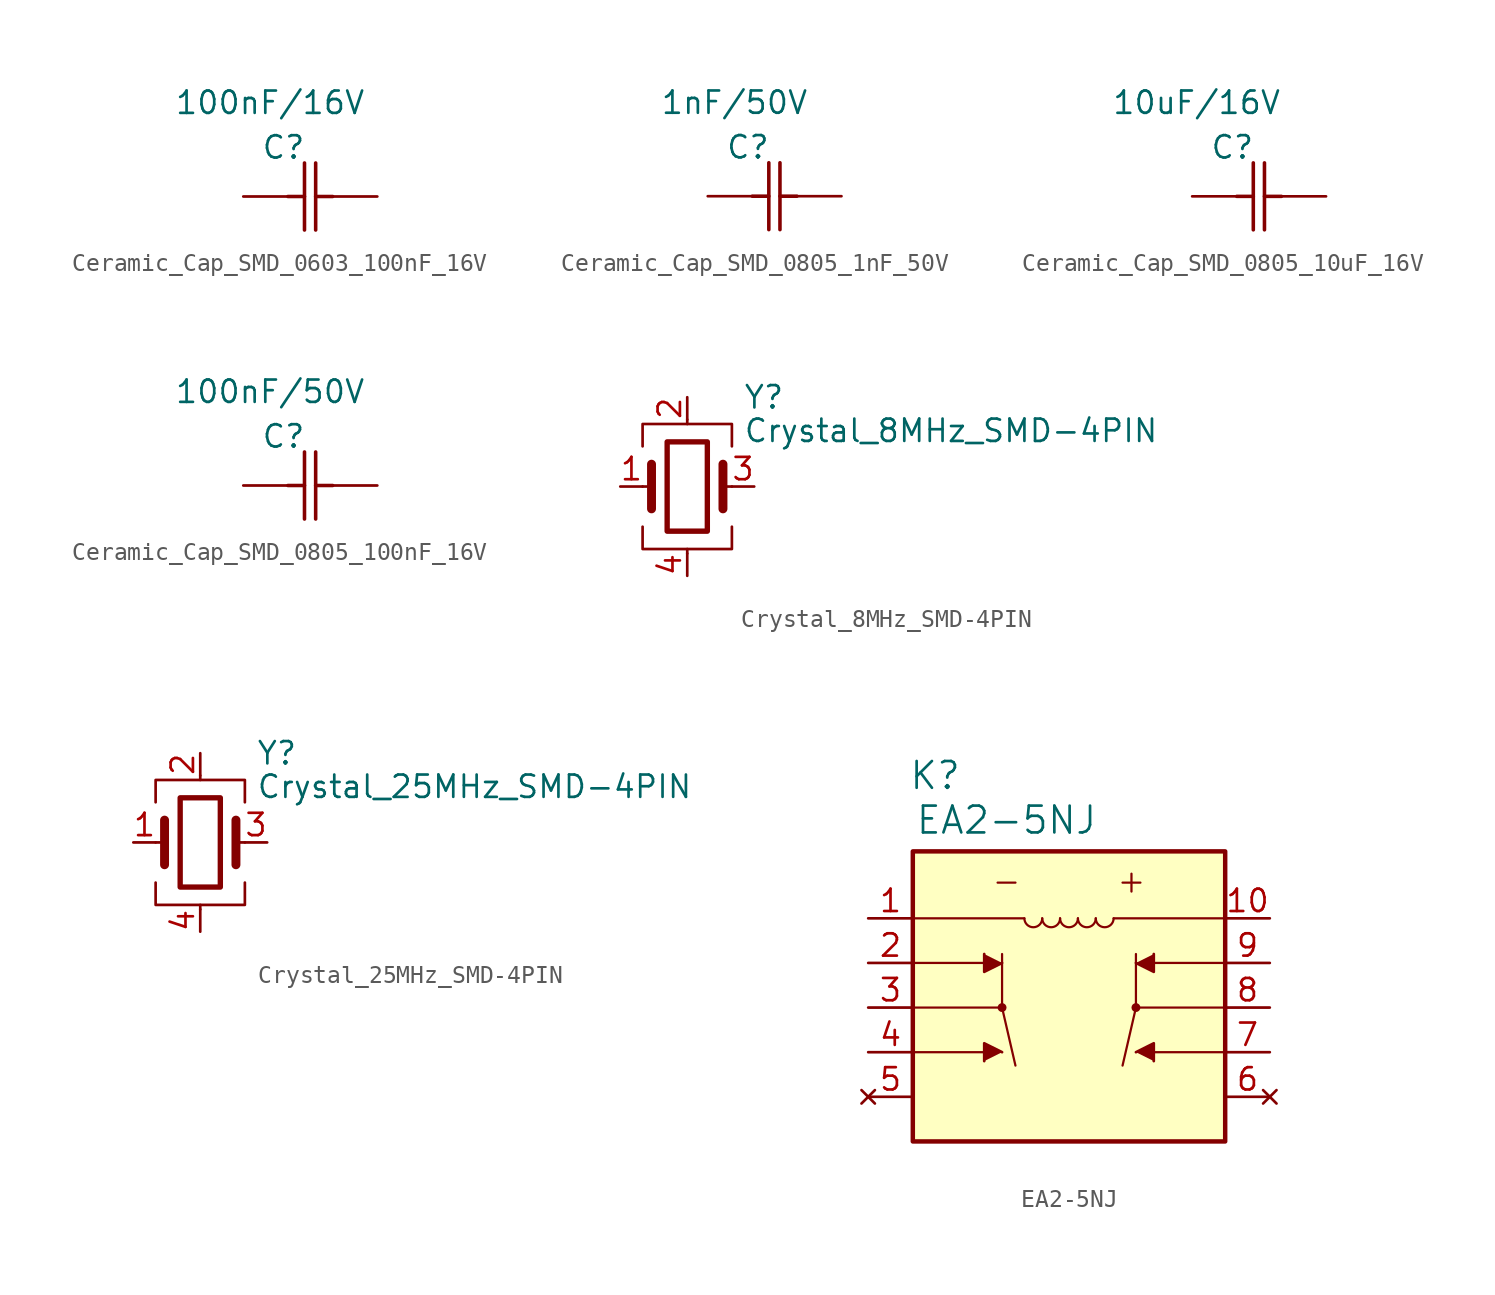
<source format=kicad_sym>
(kicad_symbol_lib
  (version 20231120)
  (generator "kicad_symbol_editor")
  (generator_version "8.0")
  (symbol "Ceramic_Cap_SMD_0603_100nF_16V"
    (pin_numbers hide)
    (pin_names hide)
    (property "Reference" "C"
      (at 1.016 2.794 0)
      (effects (font (size 1.27 1.27))))
    (property "Value" "100nF/16V"
      (at 0.254 5.334 0)
      (effects (font (size 1.27 1.27))))
    (symbol "Ceramic_Cap_SMD_0603_100nF_16V_1_1"
      (polyline (pts (xy 1.27 0) (xy 2.21 0)) (stroke (width 0.203) (type default)) (fill (type none)))
      (polyline (pts (xy 2.21 -1.905) (xy 2.21 1.905)) (stroke (width 0.203) (type default)) (fill (type none)))
      (polyline (pts (xy 2.845 -1.905) (xy 2.845 1.905)) (stroke (width 0.203) (type default)) (fill (type none)))
      (polyline (pts (xy 2.845 0) (xy 3.81 0)) (stroke (width 0.203) (type default)) (fill (type none)))
      (pin unspecified line (at -1.27 0 0) (length 2.54) (name "" (effects (font (size 1.27 1.27)))) (number "1" (effects (font (size 1.27 1.27)))))
      (pin unspecified line (at 6.35 0 180) (length 2.54) (name "" (effects (font (size 1.27 1.27)))) (number "2" (effects (font (size 1.27 1.27)))))))
  (symbol "Ceramic_Cap_SMD_0805_1nF_50V"
    (pin_numbers hide)
    (pin_names hide)
    (property "Reference" "C"
      (at 1.016 2.794 0)
      (effects (font (size 1.27 1.27))))
    (property "Value" "1nF/50V"
      (at 0.254 5.334 0)
      (effects (font (size 1.27 1.27))))
    (symbol "Ceramic_Cap_SMD_0805_1nF_50V_1_1"
      (polyline (pts (xy 1.27 0) (xy 2.21 0)) (stroke (width 0.203) (type default)) (fill (type none)))
      (polyline (pts (xy 2.21 -1.905) (xy 2.21 1.905)) (stroke (width 0.203) (type default)) (fill (type none)))
      (polyline (pts (xy 2.845 -1.905) (xy 2.845 1.905)) (stroke (width 0.203) (type default)) (fill (type none)))
      (polyline (pts (xy 2.845 0) (xy 3.81 0)) (stroke (width 0.203) (type default)) (fill (type none)))
      (pin unspecified line (at -1.27 0 0) (length 2.54) (name "" (effects (font (size 1.27 1.27)))) (number "1" (effects (font (size 1.27 1.27)))))
      (pin unspecified line (at 6.35 0 180) (length 2.54) (name "" (effects (font (size 1.27 1.27)))) (number "2" (effects (font (size 1.27 1.27)))))))
  (symbol "Ceramic_Cap_SMD_0805_10uF_16V"
    (pin_numbers hide)
    (pin_names hide)
    (property "Reference" "C"
      (at 2.286 2.794 0)
      (effects (font (size 1.27 1.27))))
    (property "Value" "10uF/16V"
      (at 0.254 5.334 0)
      (effects (font (size 1.27 1.27))))
    (symbol "Ceramic_Cap_SMD_0805_10uF_16V_1_1"
      (polyline (pts (xy 2.54 0) (xy 3.48 0)) (stroke (width 0.203) (type default)) (fill (type none)))
      (polyline (pts (xy 3.48 -1.905) (xy 3.48 1.905)) (stroke (width 0.203) (type default)) (fill (type none)))
      (polyline (pts (xy 4.115 -1.905) (xy 4.115 1.905)) (stroke (width 0.203) (type default)) (fill (type none)))
      (polyline (pts (xy 4.115 0) (xy 5.08 0)) (stroke (width 0.203) (type default)) (fill (type none)))
      (pin unspecified line (at 0 0 0) (length 2.54) (name "" (effects (font (size 1.27 1.27)))) (number "1" (effects (font (size 1.27 1.27)))))
      (pin unspecified line (at 7.62 0 180) (length 2.54) (name "" (effects (font (size 1.27 1.27)))) (number "2" (effects (font (size 1.27 1.27)))))))
  (symbol "Ceramic_Cap_SMD_0805_100nF_16V"
    (pin_numbers hide)
    (pin_names hide)
    (property "Reference" "C"
      (at 1.016 2.794 0)
      (effects (font (size 1.27 1.27))))
    (property "Value" "100nF/50V"
      (at 0.254 5.334 0)
      (effects (font (size 1.27 1.27))))
    (symbol "Ceramic_Cap_SMD_0805_100nF_16V_1_1"
      (polyline (pts (xy 1.27 0) (xy 2.21 0)) (stroke (width 0.203) (type default)) (fill (type none)))
      (polyline (pts (xy 2.21 -1.905) (xy 2.21 1.905)) (stroke (width 0.203) (type default)) (fill (type none)))
      (polyline (pts (xy 2.845 -1.905) (xy 2.845 1.905)) (stroke (width 0.203) (type default)) (fill (type none)))
      (polyline (pts (xy 2.845 0) (xy 3.81 0)) (stroke (width 0.203) (type default)) (fill (type none)))
      (pin unspecified line (at -1.27 0 0) (length 2.54) (name "" (effects (font (size 1.27 1.27)))) (number "1" (effects (font (size 1.27 1.27)))))
      (pin unspecified line (at 6.35 0 180) (length 2.54) (name "" (effects (font (size 1.27 1.27)))) (number "2" (effects (font (size 1.27 1.27)))))))
  (symbol "Crystal_8MHz_SMD-4PIN"
    (pin_names
      (offset 1.016) hide)
    (property "Reference" "Y"
      (at 3.175 5.08 0)
      (effects (font (size 1.27 1.27)) (justify left)))
    (property "Value" "Crystal_8MHz_SMD-4PIN"
      (at 3.175 3.175 0)
      (effects (font (size 1.27 1.27)) (justify left)))
    (symbol "Crystal_8MHz_SMD-4PIN_0_1"
      (rectangle (start -1.143 2.54) (end 1.143 -2.54) (stroke (width 0.305) (type default)) (fill (type none)))
      (polyline (pts (xy -2.54 0) (xy -2.032 0)) (stroke (width 0) (type default)) (fill (type none)))
      (polyline (pts (xy -2.032 -1.27) (xy -2.032 1.27)) (stroke (width 0.508) (type default)) (fill (type none)))
      (polyline (pts (xy 0 -3.81) (xy 0 -3.556)) (stroke (width 0) (type default)) (fill (type none)))
      (polyline (pts (xy 0 3.556) (xy 0 3.81)) (stroke (width 0) (type default)) (fill (type none)))
      (polyline (pts (xy 2.032 -1.27) (xy 2.032 1.27)) (stroke (width 0.508) (type default)) (fill (type none)))
      (polyline (pts (xy 2.032 0) (xy 2.54 0)) (stroke (width 0) (type default)) (fill (type none)))
      (polyline (pts (xy -2.54 -2.286) (xy -2.54 -3.556) (xy 2.54 -3.556) (xy 2.54 -2.286)) (stroke (width 0) (type default)) (fill (type none)))
      (polyline (pts (xy -2.54 2.286) (xy -2.54 3.556) (xy 2.54 3.556) (xy 2.54 2.286)) (stroke (width 0) (type default)) (fill (type none))))
    (symbol "Crystal_8MHz_SMD-4PIN_1_1"
      (pin passive line (at -3.81 0 0) (length 1.27) (name "1" (effects (font (size 1.27 1.27)))) (number "1" (effects (font (size 1.27 1.27)))))
      (pin passive line (at 0 5.08 270) (length 1.27) (name "2" (effects (font (size 1.27 1.27)))) (number "2" (effects (font (size 1.27 1.27)))))
      (pin passive line (at 3.81 0 180) (length 1.27) (name "3" (effects (font (size 1.27 1.27)))) (number "3" (effects (font (size 1.27 1.27)))))
      (pin passive line (at 0 -5.08 90) (length 1.27) (name "4" (effects (font (size 1.27 1.27)))) (number "4" (effects (font (size 1.27 1.27)))))))
  (symbol "Crystal_25MHz_SMD-4PIN"
    (pin_names
      (offset 1.016) hide)
    (property "Reference" "Y"
      (at 3.175 5.08 0)
      (effects (font (size 1.27 1.27)) (justify left)))
    (property "Value" "Crystal_25MHz_SMD-4PIN"
      (at 3.175 3.175 0)
      (effects (font (size 1.27 1.27)) (justify left)))
    (symbol "Crystal_25MHz_SMD-4PIN_0_1"
      (rectangle (start -1.143 2.54) (end 1.143 -2.54) (stroke (width 0.305) (type default)) (fill (type none)))
      (polyline (pts (xy -2.54 0) (xy -2.032 0)) (stroke (width 0) (type default)) (fill (type none)))
      (polyline (pts (xy -2.032 -1.27) (xy -2.032 1.27)) (stroke (width 0.508) (type default)) (fill (type none)))
      (polyline (pts (xy 0 -3.81) (xy 0 -3.556)) (stroke (width 0) (type default)) (fill (type none)))
      (polyline (pts (xy 0 3.556) (xy 0 3.81)) (stroke (width 0) (type default)) (fill (type none)))
      (polyline (pts (xy 2.032 -1.27) (xy 2.032 1.27)) (stroke (width 0.508) (type default)) (fill (type none)))
      (polyline (pts (xy 2.032 0) (xy 2.54 0)) (stroke (width 0) (type default)) (fill (type none)))
      (polyline (pts (xy -2.54 -2.286) (xy -2.54 -3.556) (xy 2.54 -3.556) (xy 2.54 -2.286)) (stroke (width 0) (type default)) (fill (type none)))
      (polyline (pts (xy -2.54 2.286) (xy -2.54 3.556) (xy 2.54 3.556) (xy 2.54 2.286)) (stroke (width 0) (type default)) (fill (type none))))
    (symbol "Crystal_25MHz_SMD-4PIN_1_1"
      (pin passive line (at -3.81 0 0) (length 1.27) (name "1" (effects (font (size 1.27 1.27)))) (number "1" (effects (font (size 1.27 1.27)))))
      (pin passive line (at 0 5.08 270) (length 1.27) (name "2" (effects (font (size 1.27 1.27)))) (number "2" (effects (font (size 1.27 1.27)))))
      (pin passive line (at 3.81 0 180) (length 1.27) (name "3" (effects (font (size 1.27 1.27)))) (number "3" (effects (font (size 1.27 1.27)))))
      (pin passive line (at 0 -5.08 90) (length 1.27) (name "4" (effects (font (size 1.27 1.27)))) (number "4" (effects (font (size 1.27 1.27)))))))
  (symbol "EA2-5NJ"
    (pin_names
      (offset 0.254) hide)
    (property "Reference" "K"
      (at 1.27 20.828 0)
      (effects (font (size 1.524 1.524))))
    (property "Value" "EA2-5NJ"
      (at 5.334 18.288 0)
      (effects (font (size 1.524 1.524))))
    (symbol "EA2-5NJ_0_1"
      (polyline (pts (xy 0 5.08) (xy 4.572 5.08)) (stroke (width 0.127) (type default)) (fill (type none)))
      (polyline (pts (xy 0 7.62) (xy 5.08 7.62)) (stroke (width 0.127) (type default)) (fill (type none)))
      (polyline (pts (xy 0 10.16) (xy 4.572 10.16)) (stroke (width 0.127) (type default)) (fill (type none)))
      (polyline (pts (xy 0 12.7) (xy 6.35 12.7)) (stroke (width 0.127) (type default)) (fill (type none)))
      (polyline (pts (xy 5.08 7.62) (xy 5.08 10.668)) (stroke (width 0.127) (type default)) (fill (type none)))
      (polyline (pts (xy 5.08 7.62) (xy 5.842 4.318)) (stroke (width 0.127) (type default)) (fill (type none)))
      (polyline (pts (xy 5.842 14.732) (xy 4.826 14.732)) (stroke (width 0.127) (type default)) (fill (type none)))
      (polyline (pts (xy 11.43 12.7) (xy 17.78 12.7)) (stroke (width 0.127) (type default)) (fill (type none)))
      (polyline (pts (xy 11.938 14.732) (xy 12.954 14.732)) (stroke (width 0.127) (type default)) (fill (type none)))
      (polyline (pts (xy 12.446 15.24) (xy 12.446 14.224)) (stroke (width 0.127) (type default)) (fill (type none)))
      (polyline (pts (xy 12.7 7.62) (xy 11.938 4.318)) (stroke (width 0.127) (type default)) (fill (type none)))
      (polyline (pts (xy 12.7 7.62) (xy 12.7 10.668)) (stroke (width 0.127) (type default)) (fill (type none)))
      (polyline (pts (xy 17.78 5.08) (xy 13.208 5.08)) (stroke (width 0.127) (type default)) (fill (type none)))
      (polyline (pts (xy 17.78 7.62) (xy 12.7 7.62)) (stroke (width 0.127) (type default)) (fill (type none)))
      (polyline (pts (xy 17.78 10.16) (xy 13.208 10.16)) (stroke (width 0.127) (type default)) (fill (type none)))
      (polyline (pts (xy 5.08 5.08) (xy 4.064 5.588) (xy 4.064 4.572)) (stroke (width 0) (type default)) (fill (type outline)))
      (polyline (pts (xy 5.08 10.16) (xy 4.064 9.652) (xy 4.064 10.668)) (stroke (width 0) (type default)) (fill (type outline)))
      (polyline (pts (xy 12.7 5.08) (xy 13.716 5.588) (xy 13.716 4.572)) (stroke (width 0) (type default)) (fill (type outline)))
      (polyline (pts (xy 12.7 10.16) (xy 13.716 9.652) (xy 13.716 10.668)) (stroke (width 0) (type default)) (fill (type outline)))
      (circle (center 5.08 7.62) (radius 0.127) (stroke (width 0.254) (type default)) (fill (type none)))
      (arc (start 6.35 12.7) (mid 6.858 12.1942) (end 7.366 12.7) (stroke (width 0.127) (type default)) (fill (type none)))
      (arc (start 7.366 12.7) (mid 7.874 12.1942) (end 8.382 12.7) (stroke (width 0.127) (type default)) (fill (type none)))
      (arc (start 8.382 12.7) (mid 8.89 12.1942) (end 9.398 12.7) (stroke (width 0.127) (type default)) (fill (type none)))
      (arc (start 9.398 12.7) (mid 9.906 12.1942) (end 10.414 12.7) (stroke (width 0.127) (type default)) (fill (type none)))
      (arc (start 10.414 12.7) (mid 10.922 12.1942) (end 11.43 12.7) (stroke (width 0.127) (type default)) (fill (type none)))
      (circle (center 12.7 7.62) (radius 0.127) (stroke (width 0.254) (type default)) (fill (type none)))
      (pin unspecified line (at -2.54 12.7 0) (length 2.54) (name "1" (effects (font (size 1.27 1.27)))) (number "1" (effects (font (size 1.27 1.27))))))
    (symbol "EA2-5NJ_1_1"
      (rectangle (start 0 16.51) (end 17.78 0) (stroke (width 0.254) (type default)) (fill (type background)))
      (pin unspecified line (at 20.32 12.7 180) (length 2.54) (name "10" (effects (font (size 1.27 1.27)))) (number "10" (effects (font (size 1.27 1.27)))))
      (pin unspecified line (at -2.54 10.16 0) (length 2.54) (name "2" (effects (font (size 1.27 1.27)))) (number "2" (effects (font (size 1.27 1.27)))))
      (pin unspecified line (at -2.54 7.62 0) (length 2.54) (name "3" (effects (font (size 1.27 1.27)))) (number "3" (effects (font (size 1.27 1.27)))))
      (pin unspecified line (at -2.54 5.08 0) (length 2.54) (name "4" (effects (font (size 1.27 1.27)))) (number "4" (effects (font (size 1.27 1.27)))))
      (pin no_connect line (at -2.54 2.54 0) (length 2.54) (name "5" (effects (font (size 1.27 1.27)))) (number "5" (effects (font (size 1.27 1.27)))))
      (pin no_connect line (at 20.32 2.54 180) (length 2.54) (name "6" (effects (font (size 1.27 1.27)))) (number "6" (effects (font (size 1.27 1.27)))))
      (pin unspecified line (at 20.32 5.08 180) (length 2.54) (name "7" (effects (font (size 1.27 1.27)))) (number "7" (effects (font (size 1.27 1.27)))))
      (pin unspecified line (at 20.32 7.62 180) (length 2.54) (name "8" (effects (font (size 1.27 1.27)))) (number "8" (effects (font (size 1.27 1.27)))))
      (pin unspecified line (at 20.32 10.16 180) (length 2.54) (name "9" (effects (font (size 1.27 1.27)))) (number "9" (effects (font (size 1.27 1.27))))))))
</source>
